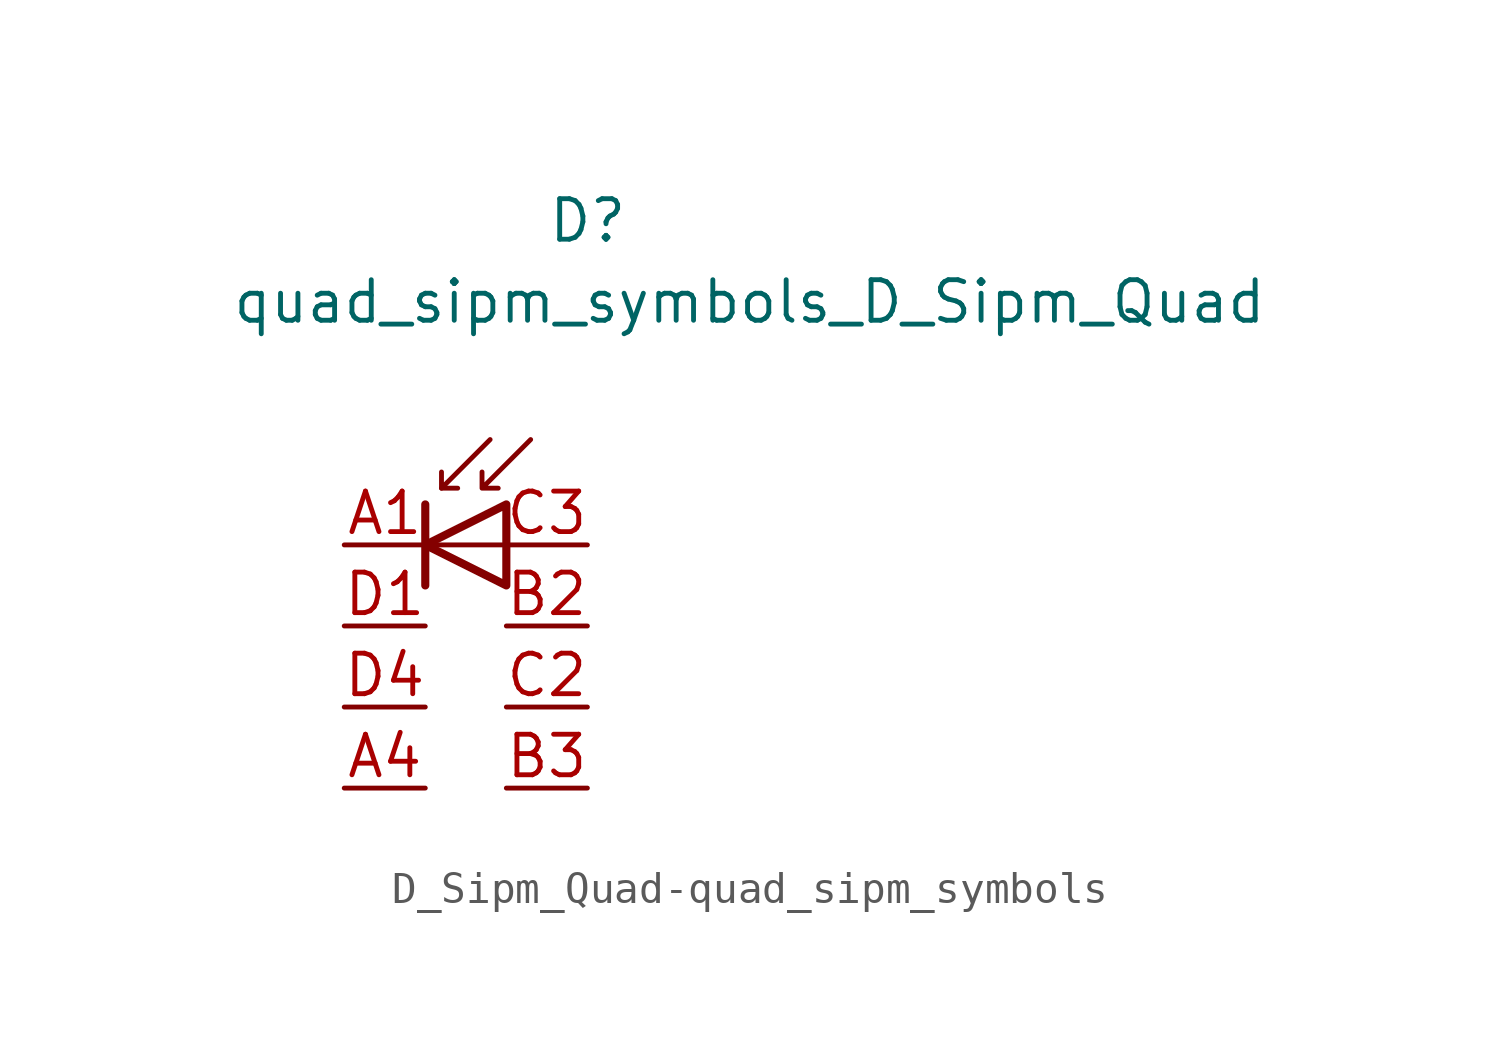
<source format=kicad_sym>
(kicad_symbol_lib
  (version 20220914)
  (generator kicad_symbol_editor)
  (symbol "D_Sipm_Quad-quad_sipm_symbols"
    (pin_names hide)
    (property "Reference" "D"
      (at 1.27 10.16 0)
      (effects (font (size 1.27 1.27)) (justify left)))
    (property "Value" "quad_sipm_symbols_D_Sipm_Quad"
      (at 7.62 7.62 0)
      (effects (font (size 1.27 1.27))))
    (symbol "D_Sipm_Quad-quad_sipm_symbols_0_1"
      (polyline (pts (xy -2.54 1.27) (xy -2.54 -1.27)) (stroke (width 0.254) (type solid)) (fill (type none)))
      (polyline (pts (xy -2.032 1.778) (xy -1.524 1.778)) (stroke (width 0) (type solid)) (fill (type none)))
      (polyline (pts (xy 0 0) (xy -2.54 0)) (stroke (width 0) (type solid)) (fill (type none)))
      (polyline (pts (xy -0.508 3.302) (xy -2.032 1.778) (xy -2.032 2.286)) (stroke (width 0) (type solid)) (fill (type none)))
      (polyline (pts (xy 0 -1.27) (xy 0 1.27) (xy -2.54 0) (xy 0 -1.27)) (stroke (width 0.254) (type solid)) (fill (type none)))
      (polyline (pts (xy 0.762 3.302) (xy -0.762 1.778) (xy -0.762 2.286) (xy -0.762 1.778) (xy -0.254 1.778)) (stroke (width 0) (type solid)) (fill (type none))))
    (symbol "D_Sipm_Quad-quad_sipm_symbols_1_1"
      (pin passive line (at -5.08 0 0) (length 2.54) (name "K" (effects (font (size 1.27 1.27)))) (number "A1" (effects (font (size 1.27 1.27)))))
      (pin passive line (at -5.08 -7.62 0) (length 2.54) (name "K" (effects (font (size 1.27 1.27)))) (number "A4" (effects (font (size 1.27 1.27)))))
      (pin passive line (at 2.54 -2.54 180) (length 2.54) (name "A" (effects (font (size 1.27 1.27)))) (number "B2" (effects (font (size 1.27 1.27)))))
      (pin passive line (at 2.54 -7.62 180) (length 2.54) (name "A" (effects (font (size 1.27 1.27)))) (number "B3" (effects (font (size 1.27 1.27)))))
      (pin passive line (at 2.54 -5.08 180) (length 2.54) (name "A" (effects (font (size 1.27 1.27)))) (number "C2" (effects (font (size 1.27 1.27)))))
      (pin passive line (at 2.54 0 180) (length 2.54) (name "A" (effects (font (size 1.27 1.27)))) (number "C3" (effects (font (size 1.27 1.27)))))
      (pin passive line (at -5.08 -2.54 0) (length 2.54) (name "K" (effects (font (size 1.27 1.27)))) (number "D1" (effects (font (size 1.27 1.27)))))
      (pin passive line (at -5.08 -5.08 0) (length 2.54) (name "K" (effects (font (size 1.27 1.27)))) (number "D4" (effects (font (size 1.27 1.27))))))))
</source>
